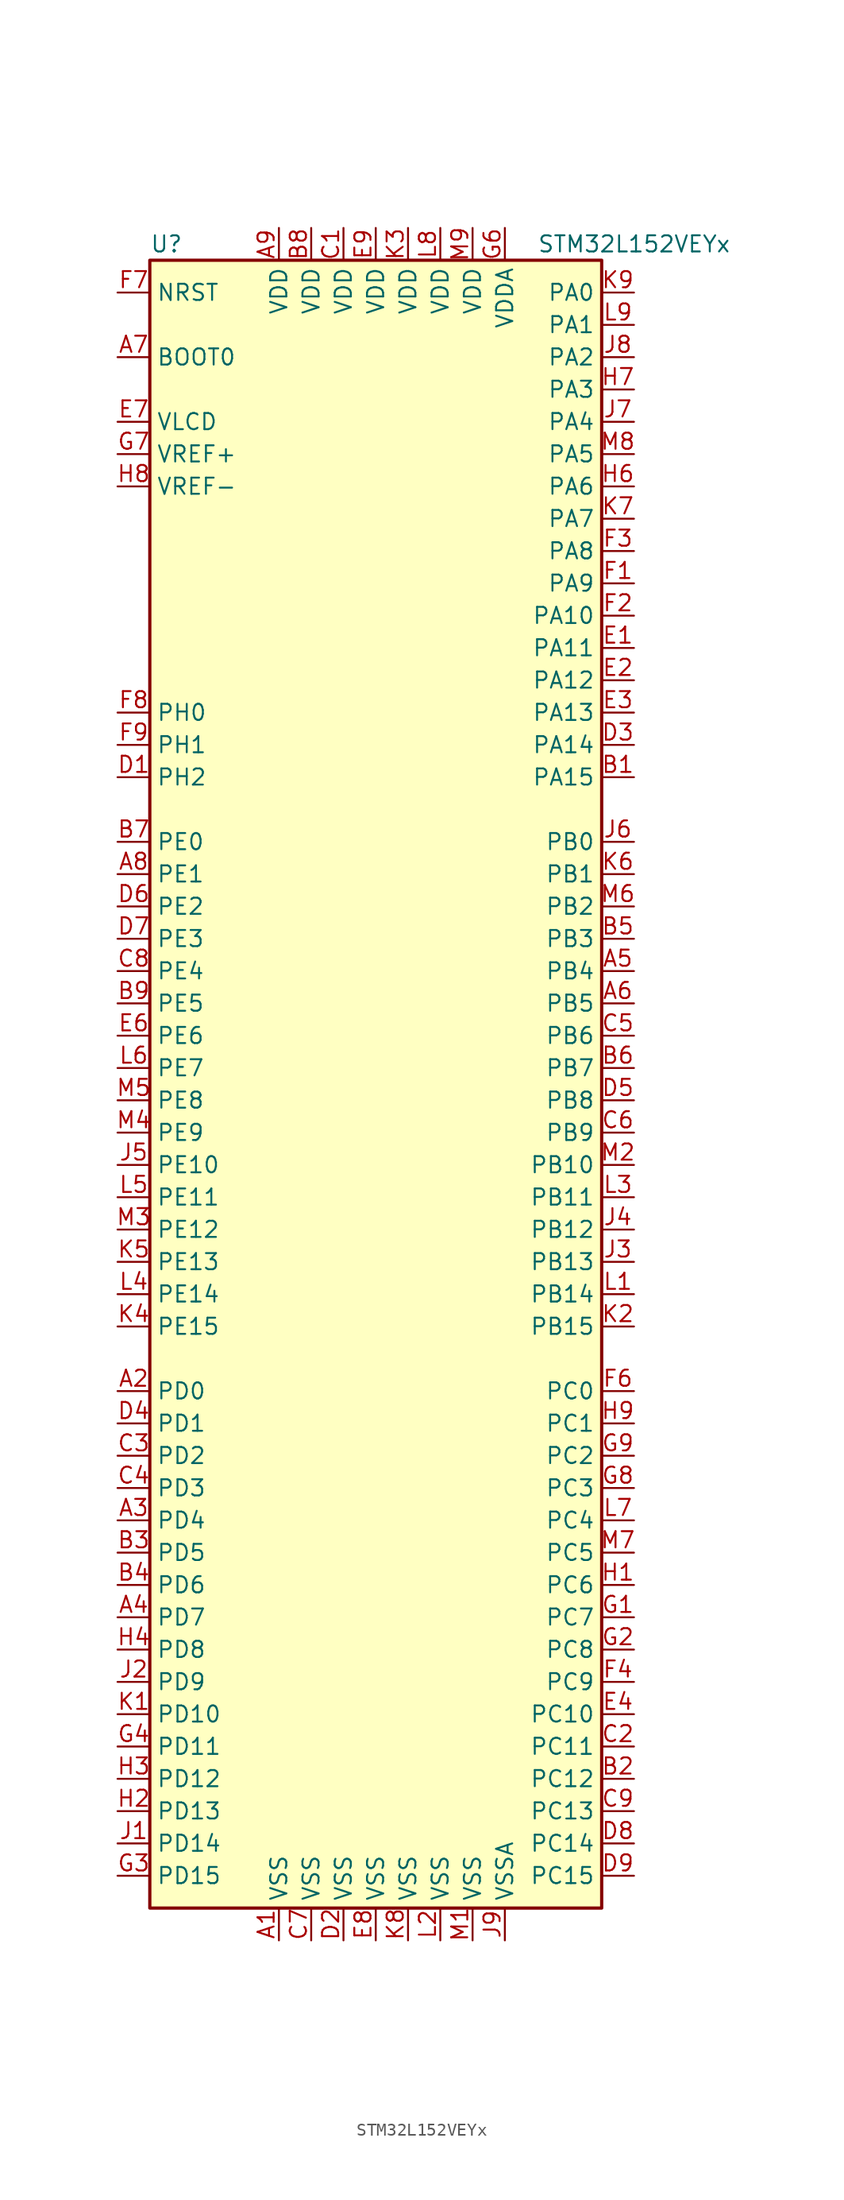
<source format=kicad_sym>
(kicad_symbol_lib
  (version 20211014)
  (generator kicad_symbol_editor)
  (symbol "STM32L152VEYx"
    (property "Reference" "U"
      (at -17.78 64.77 0)
      (effects (font (size 1.27 1.27)) (justify left)))
    (property "Value" "STM32L152VEYx"
      (at 12.7 64.77 0)
      (effects (font (size 1.27 1.27)) (justify left)))
    (symbol "STM32L152VEYx_0_1"
      (rectangle (start -17.78 -66.04) (end 17.78 63.5) (stroke (width 0.254) (type default) (color 0 0 0 0)) (fill (type background))))
    (symbol "STM32L152VEYx_1_1"
      (pin power_in line (at -7.62 -68.58 90) (length 2.54) (name "VSS" (effects (font (size 1.27 1.27)))) (number "A1" (effects (font (size 1.27 1.27)))))
      (pin bidirectional line (at -20.32 -25.4 0) (length 2.54) (name "PD0" (effects (font (size 1.27 1.27)))) (number "A2" (effects (font (size 1.27 1.27)))))
      (pin bidirectional line (at -20.32 -35.56 0) (length 2.54) (name "PD4" (effects (font (size 1.27 1.27)))) (number "A3" (effects (font (size 1.27 1.27)))))
      (pin bidirectional line (at -20.32 -43.18 0) (length 2.54) (name "PD7" (effects (font (size 1.27 1.27)))) (number "A4" (effects (font (size 1.27 1.27)))))
      (pin bidirectional line (at 20.32 7.62 180) (length 2.54) (name "PB4" (effects (font (size 1.27 1.27)))) (number "A5" (effects (font (size 1.27 1.27)))))
      (pin bidirectional line (at 20.32 5.08 180) (length 2.54) (name "PB5" (effects (font (size 1.27 1.27)))) (number "A6" (effects (font (size 1.27 1.27)))))
      (pin input line (at -20.32 55.88 0) (length 2.54) (name "BOOT0" (effects (font (size 1.27 1.27)))) (number "A7" (effects (font (size 1.27 1.27)))))
      (pin bidirectional line (at -20.32 15.24 0) (length 2.54) (name "PE1" (effects (font (size 1.27 1.27)))) (number "A8" (effects (font (size 1.27 1.27)))))
      (pin power_in line (at -7.62 66.04 270) (length 2.54) (name "VDD" (effects (font (size 1.27 1.27)))) (number "A9" (effects (font (size 1.27 1.27)))))
      (pin bidirectional line (at 20.32 22.86 180) (length 2.54) (name "PA15" (effects (font (size 1.27 1.27)))) (number "B1" (effects (font (size 1.27 1.27)))))
      (pin bidirectional line (at 20.32 -55.88 180) (length 2.54) (name "PC12" (effects (font (size 1.27 1.27)))) (number "B2" (effects (font (size 1.27 1.27)))))
      (pin bidirectional line (at -20.32 -38.1 0) (length 2.54) (name "PD5" (effects (font (size 1.27 1.27)))) (number "B3" (effects (font (size 1.27 1.27)))))
      (pin bidirectional line (at -20.32 -40.64 0) (length 2.54) (name "PD6" (effects (font (size 1.27 1.27)))) (number "B4" (effects (font (size 1.27 1.27)))))
      (pin bidirectional line (at 20.32 10.16 180) (length 2.54) (name "PB3" (effects (font (size 1.27 1.27)))) (number "B5" (effects (font (size 1.27 1.27)))))
      (pin bidirectional line (at 20.32 0 180) (length 2.54) (name "PB7" (effects (font (size 1.27 1.27)))) (number "B6" (effects (font (size 1.27 1.27)))))
      (pin bidirectional line (at -20.32 17.78 0) (length 2.54) (name "PE0" (effects (font (size 1.27 1.27)))) (number "B7" (effects (font (size 1.27 1.27)))))
      (pin power_in line (at -5.08 66.04 270) (length 2.54) (name "VDD" (effects (font (size 1.27 1.27)))) (number "B8" (effects (font (size 1.27 1.27)))))
      (pin bidirectional line (at -20.32 5.08 0) (length 2.54) (name "PE5" (effects (font (size 1.27 1.27)))) (number "B9" (effects (font (size 1.27 1.27)))))
      (pin power_in line (at -2.54 66.04 270) (length 2.54) (name "VDD" (effects (font (size 1.27 1.27)))) (number "C1" (effects (font (size 1.27 1.27)))))
      (pin bidirectional line (at 20.32 -53.34 180) (length 2.54) (name "PC11" (effects (font (size 1.27 1.27)))) (number "C2" (effects (font (size 1.27 1.27)))))
      (pin bidirectional line (at -20.32 -30.48 0) (length 2.54) (name "PD2" (effects (font (size 1.27 1.27)))) (number "C3" (effects (font (size 1.27 1.27)))))
      (pin bidirectional line (at -20.32 -33.02 0) (length 2.54) (name "PD3" (effects (font (size 1.27 1.27)))) (number "C4" (effects (font (size 1.27 1.27)))))
      (pin bidirectional line (at 20.32 2.54 180) (length 2.54) (name "PB6" (effects (font (size 1.27 1.27)))) (number "C5" (effects (font (size 1.27 1.27)))))
      (pin bidirectional line (at 20.32 -5.08 180) (length 2.54) (name "PB9" (effects (font (size 1.27 1.27)))) (number "C6" (effects (font (size 1.27 1.27)))))
      (pin power_in line (at -5.08 -68.58 90) (length 2.54) (name "VSS" (effects (font (size 1.27 1.27)))) (number "C7" (effects (font (size 1.27 1.27)))))
      (pin bidirectional line (at -20.32 7.62 0) (length 2.54) (name "PE4" (effects (font (size 1.27 1.27)))) (number "C8" (effects (font (size 1.27 1.27)))))
      (pin bidirectional line (at 20.32 -58.42 180) (length 2.54) (name "PC13" (effects (font (size 1.27 1.27)))) (number "C9" (effects (font (size 1.27 1.27)))))
      (pin bidirectional line (at -20.32 22.86 0) (length 2.54) (name "PH2" (effects (font (size 1.27 1.27)))) (number "D1" (effects (font (size 1.27 1.27)))))
      (pin power_in line (at -2.54 -68.58 90) (length 2.54) (name "VSS" (effects (font (size 1.27 1.27)))) (number "D2" (effects (font (size 1.27 1.27)))))
      (pin bidirectional line (at 20.32 25.4 180) (length 2.54) (name "PA14" (effects (font (size 1.27 1.27)))) (number "D3" (effects (font (size 1.27 1.27)))))
      (pin bidirectional line (at -20.32 -27.94 0) (length 2.54) (name "PD1" (effects (font (size 1.27 1.27)))) (number "D4" (effects (font (size 1.27 1.27)))))
      (pin bidirectional line (at 20.32 -2.54 180) (length 2.54) (name "PB8" (effects (font (size 1.27 1.27)))) (number "D5" (effects (font (size 1.27 1.27)))))
      (pin bidirectional line (at -20.32 12.7 0) (length 2.54) (name "PE2" (effects (font (size 1.27 1.27)))) (number "D6" (effects (font (size 1.27 1.27)))))
      (pin bidirectional line (at -20.32 10.16 0) (length 2.54) (name "PE3" (effects (font (size 1.27 1.27)))) (number "D7" (effects (font (size 1.27 1.27)))))
      (pin bidirectional line (at 20.32 -60.96 180) (length 2.54) (name "PC14" (effects (font (size 1.27 1.27)))) (number "D8" (effects (font (size 1.27 1.27)))))
      (pin bidirectional line (at 20.32 -63.5 180) (length 2.54) (name "PC15" (effects (font (size 1.27 1.27)))) (number "D9" (effects (font (size 1.27 1.27)))))
      (pin bidirectional line (at 20.32 33.02 180) (length 2.54) (name "PA11" (effects (font (size 1.27 1.27)))) (number "E1" (effects (font (size 1.27 1.27)))))
      (pin bidirectional line (at 20.32 30.48 180) (length 2.54) (name "PA12" (effects (font (size 1.27 1.27)))) (number "E2" (effects (font (size 1.27 1.27)))))
      (pin bidirectional line (at 20.32 27.94 180) (length 2.54) (name "PA13" (effects (font (size 1.27 1.27)))) (number "E3" (effects (font (size 1.27 1.27)))))
      (pin bidirectional line (at 20.32 -50.8 180) (length 2.54) (name "PC10" (effects (font (size 1.27 1.27)))) (number "E4" (effects (font (size 1.27 1.27)))))
      (pin bidirectional line (at -20.32 2.54 0) (length 2.54) (name "PE6" (effects (font (size 1.27 1.27)))) (number "E6" (effects (font (size 1.27 1.27)))))
      (pin power_in line (at -20.32 50.8 0) (length 2.54) (name "VLCD" (effects (font (size 1.27 1.27)))) (number "E7" (effects (font (size 1.27 1.27)))))
      (pin power_in line (at 0 -68.58 90) (length 2.54) (name "VSS" (effects (font (size 1.27 1.27)))) (number "E8" (effects (font (size 1.27 1.27)))))
      (pin power_in line (at 0 66.04 270) (length 2.54) (name "VDD" (effects (font (size 1.27 1.27)))) (number "E9" (effects (font (size 1.27 1.27)))))
      (pin bidirectional line (at 20.32 38.1 180) (length 2.54) (name "PA9" (effects (font (size 1.27 1.27)))) (number "F1" (effects (font (size 1.27 1.27)))))
      (pin bidirectional line (at 20.32 35.56 180) (length 2.54) (name "PA10" (effects (font (size 1.27 1.27)))) (number "F2" (effects (font (size 1.27 1.27)))))
      (pin bidirectional line (at 20.32 40.64 180) (length 2.54) (name "PA8" (effects (font (size 1.27 1.27)))) (number "F3" (effects (font (size 1.27 1.27)))))
      (pin bidirectional line (at 20.32 -48.26 180) (length 2.54) (name "PC9" (effects (font (size 1.27 1.27)))) (number "F4" (effects (font (size 1.27 1.27)))))
      (pin bidirectional line (at 20.32 -25.4 180) (length 2.54) (name "PC0" (effects (font (size 1.27 1.27)))) (number "F6" (effects (font (size 1.27 1.27)))))
      (pin input line (at -20.32 60.96 0) (length 2.54) (name "NRST" (effects (font (size 1.27 1.27)))) (number "F7" (effects (font (size 1.27 1.27)))))
      (pin input line (at -20.32 27.94 0) (length 2.54) (name "PH0" (effects (font (size 1.27 1.27)))) (number "F8" (effects (font (size 1.27 1.27)))))
      (pin input line (at -20.32 25.4 0) (length 2.54) (name "PH1" (effects (font (size 1.27 1.27)))) (number "F9" (effects (font (size 1.27 1.27)))))
      (pin bidirectional line (at 20.32 -43.18 180) (length 2.54) (name "PC7" (effects (font (size 1.27 1.27)))) (number "G1" (effects (font (size 1.27 1.27)))))
      (pin bidirectional line (at 20.32 -45.72 180) (length 2.54) (name "PC8" (effects (font (size 1.27 1.27)))) (number "G2" (effects (font (size 1.27 1.27)))))
      (pin bidirectional line (at -20.32 -63.5 0) (length 2.54) (name "PD15" (effects (font (size 1.27 1.27)))) (number "G3" (effects (font (size 1.27 1.27)))))
      (pin bidirectional line (at -20.32 -53.34 0) (length 2.54) (name "PD11" (effects (font (size 1.27 1.27)))) (number "G4" (effects (font (size 1.27 1.27)))))
      (pin power_in line (at 10.16 66.04 270) (length 2.54) (name "VDDA" (effects (font (size 1.27 1.27)))) (number "G6" (effects (font (size 1.27 1.27)))))
      (pin power_in line (at -20.32 48.26 0) (length 2.54) (name "VREF+" (effects (font (size 1.27 1.27)))) (number "G7" (effects (font (size 1.27 1.27)))))
      (pin bidirectional line (at 20.32 -33.02 180) (length 2.54) (name "PC3" (effects (font (size 1.27 1.27)))) (number "G8" (effects (font (size 1.27 1.27)))))
      (pin bidirectional line (at 20.32 -30.48 180) (length 2.54) (name "PC2" (effects (font (size 1.27 1.27)))) (number "G9" (effects (font (size 1.27 1.27)))))
      (pin bidirectional line (at 20.32 -40.64 180) (length 2.54) (name "PC6" (effects (font (size 1.27 1.27)))) (number "H1" (effects (font (size 1.27 1.27)))))
      (pin bidirectional line (at -20.32 -58.42 0) (length 2.54) (name "PD13" (effects (font (size 1.27 1.27)))) (number "H2" (effects (font (size 1.27 1.27)))))
      (pin bidirectional line (at -20.32 -55.88 0) (length 2.54) (name "PD12" (effects (font (size 1.27 1.27)))) (number "H3" (effects (font (size 1.27 1.27)))))
      (pin bidirectional line (at -20.32 -45.72 0) (length 2.54) (name "PD8" (effects (font (size 1.27 1.27)))) (number "H4" (effects (font (size 1.27 1.27)))))
      (pin bidirectional line (at 20.32 45.72 180) (length 2.54) (name "PA6" (effects (font (size 1.27 1.27)))) (number "H6" (effects (font (size 1.27 1.27)))))
      (pin bidirectional line (at 20.32 53.34 180) (length 2.54) (name "PA3" (effects (font (size 1.27 1.27)))) (number "H7" (effects (font (size 1.27 1.27)))))
      (pin power_in line (at -20.32 45.72 0) (length 2.54) (name "VREF-" (effects (font (size 1.27 1.27)))) (number "H8" (effects (font (size 1.27 1.27)))))
      (pin bidirectional line (at 20.32 -27.94 180) (length 2.54) (name "PC1" (effects (font (size 1.27 1.27)))) (number "H9" (effects (font (size 1.27 1.27)))))
      (pin bidirectional line (at -20.32 -60.96 0) (length 2.54) (name "PD14" (effects (font (size 1.27 1.27)))) (number "J1" (effects (font (size 1.27 1.27)))))
      (pin bidirectional line (at -20.32 -48.26 0) (length 2.54) (name "PD9" (effects (font (size 1.27 1.27)))) (number "J2" (effects (font (size 1.27 1.27)))))
      (pin bidirectional line (at 20.32 -15.24 180) (length 2.54) (name "PB13" (effects (font (size 1.27 1.27)))) (number "J3" (effects (font (size 1.27 1.27)))))
      (pin bidirectional line (at 20.32 -12.7 180) (length 2.54) (name "PB12" (effects (font (size 1.27 1.27)))) (number "J4" (effects (font (size 1.27 1.27)))))
      (pin bidirectional line (at -20.32 -7.62 0) (length 2.54) (name "PE10" (effects (font (size 1.27 1.27)))) (number "J5" (effects (font (size 1.27 1.27)))))
      (pin bidirectional line (at 20.32 17.78 180) (length 2.54) (name "PB0" (effects (font (size 1.27 1.27)))) (number "J6" (effects (font (size 1.27 1.27)))))
      (pin bidirectional line (at 20.32 50.8 180) (length 2.54) (name "PA4" (effects (font (size 1.27 1.27)))) (number "J7" (effects (font (size 1.27 1.27)))))
      (pin bidirectional line (at 20.32 55.88 180) (length 2.54) (name "PA2" (effects (font (size 1.27 1.27)))) (number "J8" (effects (font (size 1.27 1.27)))))
      (pin power_in line (at 10.16 -68.58 90) (length 2.54) (name "VSSA" (effects (font (size 1.27 1.27)))) (number "J9" (effects (font (size 1.27 1.27)))))
      (pin bidirectional line (at -20.32 -50.8 0) (length 2.54) (name "PD10" (effects (font (size 1.27 1.27)))) (number "K1" (effects (font (size 1.27 1.27)))))
      (pin bidirectional line (at 20.32 -20.32 180) (length 2.54) (name "PB15" (effects (font (size 1.27 1.27)))) (number "K2" (effects (font (size 1.27 1.27)))))
      (pin power_in line (at 2.54 66.04 270) (length 2.54) (name "VDD" (effects (font (size 1.27 1.27)))) (number "K3" (effects (font (size 1.27 1.27)))))
      (pin bidirectional line (at -20.32 -20.32 0) (length 2.54) (name "PE15" (effects (font (size 1.27 1.27)))) (number "K4" (effects (font (size 1.27 1.27)))))
      (pin bidirectional line (at -20.32 -15.24 0) (length 2.54) (name "PE13" (effects (font (size 1.27 1.27)))) (number "K5" (effects (font (size 1.27 1.27)))))
      (pin bidirectional line (at 20.32 15.24 180) (length 2.54) (name "PB1" (effects (font (size 1.27 1.27)))) (number "K6" (effects (font (size 1.27 1.27)))))
      (pin bidirectional line (at 20.32 43.18 180) (length 2.54) (name "PA7" (effects (font (size 1.27 1.27)))) (number "K7" (effects (font (size 1.27 1.27)))))
      (pin power_in line (at 2.54 -68.58 90) (length 2.54) (name "VSS" (effects (font (size 1.27 1.27)))) (number "K8" (effects (font (size 1.27 1.27)))))
      (pin bidirectional line (at 20.32 60.96 180) (length 2.54) (name "PA0" (effects (font (size 1.27 1.27)))) (number "K9" (effects (font (size 1.27 1.27)))))
      (pin bidirectional line (at 20.32 -17.78 180) (length 2.54) (name "PB14" (effects (font (size 1.27 1.27)))) (number "L1" (effects (font (size 1.27 1.27)))))
      (pin power_in line (at 5.08 -68.58 90) (length 2.54) (name "VSS" (effects (font (size 1.27 1.27)))) (number "L2" (effects (font (size 1.27 1.27)))))
      (pin bidirectional line (at 20.32 -10.16 180) (length 2.54) (name "PB11" (effects (font (size 1.27 1.27)))) (number "L3" (effects (font (size 1.27 1.27)))))
      (pin bidirectional line (at -20.32 -17.78 0) (length 2.54) (name "PE14" (effects (font (size 1.27 1.27)))) (number "L4" (effects (font (size 1.27 1.27)))))
      (pin bidirectional line (at -20.32 -10.16 0) (length 2.54) (name "PE11" (effects (font (size 1.27 1.27)))) (number "L5" (effects (font (size 1.27 1.27)))))
      (pin bidirectional line (at -20.32 0 0) (length 2.54) (name "PE7" (effects (font (size 1.27 1.27)))) (number "L6" (effects (font (size 1.27 1.27)))))
      (pin bidirectional line (at 20.32 -35.56 180) (length 2.54) (name "PC4" (effects (font (size 1.27 1.27)))) (number "L7" (effects (font (size 1.27 1.27)))))
      (pin power_in line (at 5.08 66.04 270) (length 2.54) (name "VDD" (effects (font (size 1.27 1.27)))) (number "L8" (effects (font (size 1.27 1.27)))))
      (pin bidirectional line (at 20.32 58.42 180) (length 2.54) (name "PA1" (effects (font (size 1.27 1.27)))) (number "L9" (effects (font (size 1.27 1.27)))))
      (pin power_in line (at 7.62 -68.58 90) (length 2.54) (name "VSS" (effects (font (size 1.27 1.27)))) (number "M1" (effects (font (size 1.27 1.27)))))
      (pin bidirectional line (at 20.32 -7.62 180) (length 2.54) (name "PB10" (effects (font (size 1.27 1.27)))) (number "M2" (effects (font (size 1.27 1.27)))))
      (pin bidirectional line (at -20.32 -12.7 0) (length 2.54) (name "PE12" (effects (font (size 1.27 1.27)))) (number "M3" (effects (font (size 1.27 1.27)))))
      (pin bidirectional line (at -20.32 -5.08 0) (length 2.54) (name "PE9" (effects (font (size 1.27 1.27)))) (number "M4" (effects (font (size 1.27 1.27)))))
      (pin bidirectional line (at -20.32 -2.54 0) (length 2.54) (name "PE8" (effects (font (size 1.27 1.27)))) (number "M5" (effects (font (size 1.27 1.27)))))
      (pin bidirectional line (at 20.32 12.7 180) (length 2.54) (name "PB2" (effects (font (size 1.27 1.27)))) (number "M6" (effects (font (size 1.27 1.27)))))
      (pin bidirectional line (at 20.32 -38.1 180) (length 2.54) (name "PC5" (effects (font (size 1.27 1.27)))) (number "M7" (effects (font (size 1.27 1.27)))))
      (pin bidirectional line (at 20.32 48.26 180) (length 2.54) (name "PA5" (effects (font (size 1.27 1.27)))) (number "M8" (effects (font (size 1.27 1.27)))))
      (pin power_in line (at 7.62 66.04 270) (length 2.54) (name "VDD" (effects (font (size 1.27 1.27)))) (number "M9" (effects (font (size 1.27 1.27))))))))
</source>
